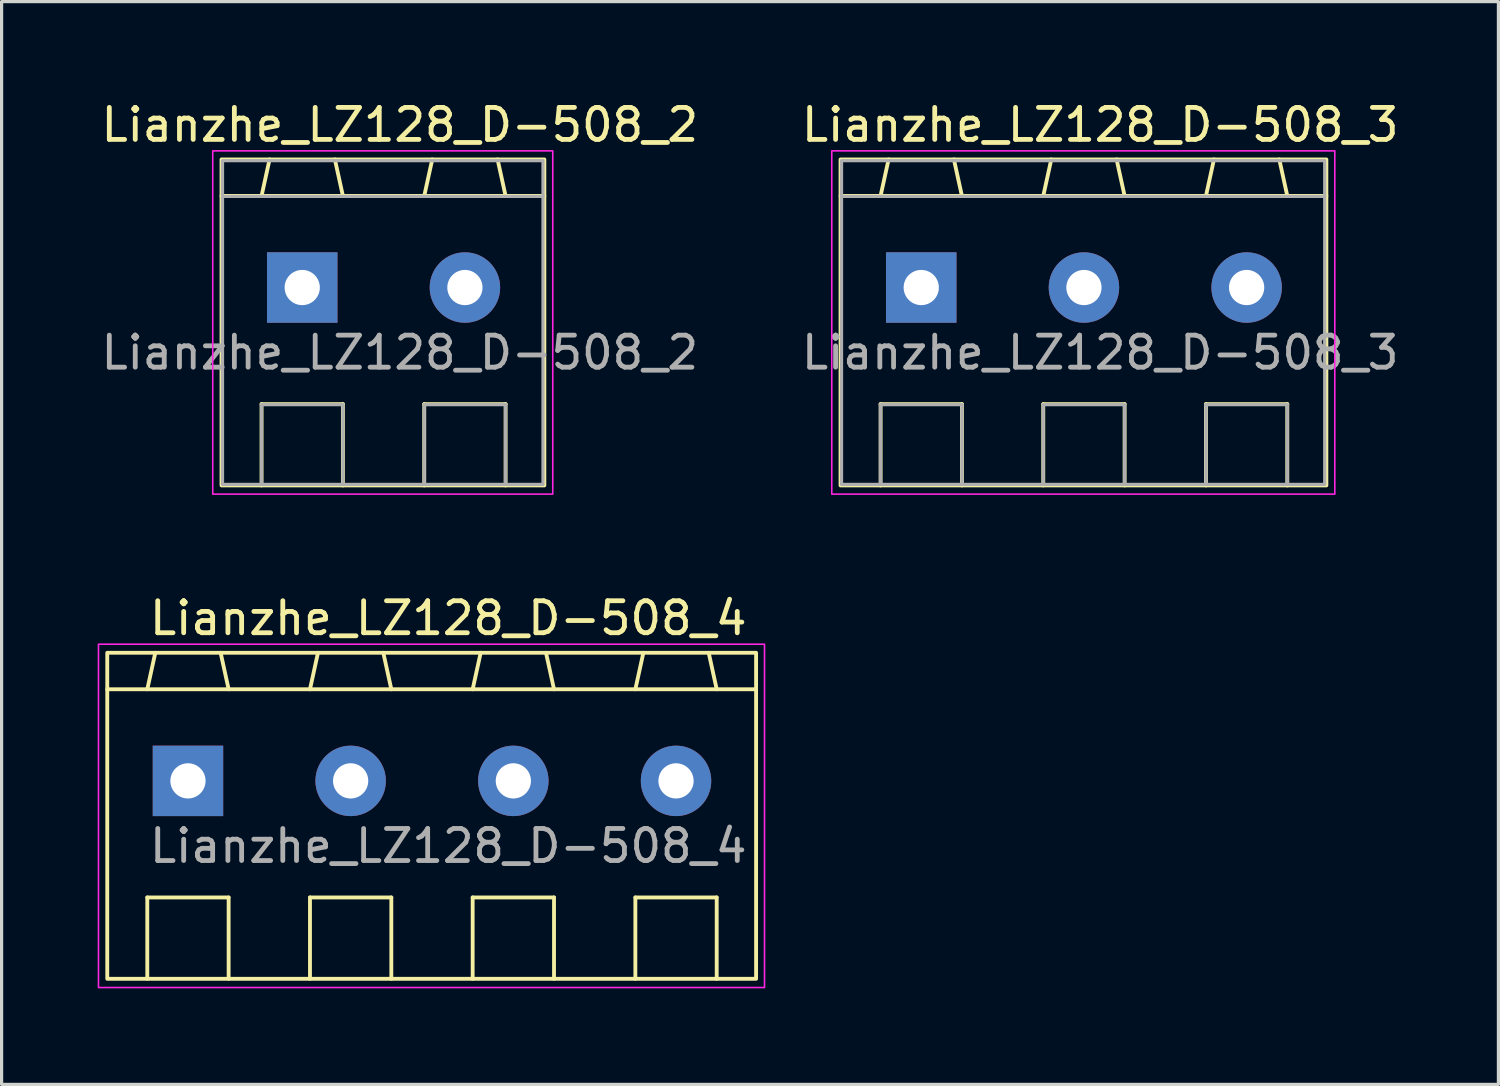
<source format=kicad_pcb>
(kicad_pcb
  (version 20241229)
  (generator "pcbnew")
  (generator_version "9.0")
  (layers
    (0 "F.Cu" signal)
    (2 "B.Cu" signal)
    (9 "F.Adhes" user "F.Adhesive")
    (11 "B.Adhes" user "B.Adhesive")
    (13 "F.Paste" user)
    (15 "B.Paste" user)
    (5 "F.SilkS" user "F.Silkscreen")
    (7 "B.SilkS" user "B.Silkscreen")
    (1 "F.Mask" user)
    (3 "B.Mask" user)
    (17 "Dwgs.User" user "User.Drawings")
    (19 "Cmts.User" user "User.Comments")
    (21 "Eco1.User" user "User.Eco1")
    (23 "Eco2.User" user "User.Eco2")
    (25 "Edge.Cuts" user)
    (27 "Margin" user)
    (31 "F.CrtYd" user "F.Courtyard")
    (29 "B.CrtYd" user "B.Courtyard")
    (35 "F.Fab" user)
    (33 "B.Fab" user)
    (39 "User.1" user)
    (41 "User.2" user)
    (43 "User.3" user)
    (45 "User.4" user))
  (footprint "Lianzhe_LZ128_D-508_2"
    (layer "F.Cu")
    (at 6.387 5.928)
    (property "Reference" "Lianzhe_LZ128_D-508_2" (at 3.048 -5.08 0) (unlocked yes) (layer "F.SilkS") (effects (font (size 1 1) (thickness 0.15))))
    (attr through_hole)
    (fp_line (start -2.52 -2.86) (end 7.56 -2.86) (stroke (width 0.12) (type solid)) (layer "F.SilkS"))
    (fp_line (start -1.27 3.64) (end 1.27 3.64) (stroke (width 0.12) (type solid)) (layer "F.SilkS"))
    (fp_line (start -1.27 6.18) (end -1.27 3.64) (stroke (width 0.12) (type solid)) (layer "F.SilkS"))
    (fp_line (start -1.02 -4) (end -1.27 -2.86) (stroke (width 0.12) (type solid)) (layer "F.SilkS"))
    (fp_line (start 1.02 -4) (end 1.27 -2.86) (stroke (width 0.12) (type solid)) (layer "F.SilkS"))
    (fp_line (start 1.27 3.64) (end 1.27 6.18) (stroke (width 0.12) (type solid)) (layer "F.SilkS"))
    (fp_line (start 3.81 3.64) (end 6.35 3.64) (stroke (width 0.12) (type solid)) (layer "F.SilkS"))
    (fp_line (start 3.81 6.18) (end 3.81 3.64) (stroke (width 0.12) (type solid)) (layer "F.SilkS"))
    (fp_line (start 4.06 -4) (end 3.81 -2.86) (stroke (width 0.12) (type solid)) (layer "F.SilkS"))
    (fp_line (start 6.1 -4) (end 6.35 -2.86) (stroke (width 0.12) (type solid)) (layer "F.SilkS"))
    (fp_line (start 6.35 3.64) (end 6.35 6.18) (stroke (width 0.12) (type solid)) (layer "F.SilkS"))
    (fp_rect (start -2.52 -4) (end 7.56 6.18) (stroke (width 0.12) (type solid)) (fill no) (layer "F.SilkS"))
    (fp_rect (start -2.794 -4.267) (end 7.823 6.452) (stroke (width 0.05) (type solid)) (fill no) (layer "F.CrtYd"))
    (fp_line (start -2.489 -2.845) (end 7.518 -2.845) (stroke (width 0.1) (type solid)) (layer "F.Fab"))
    (fp_line (start -1.27 3.658) (end 1.27 3.658) (stroke (width 0.1) (type solid)) (layer "F.Fab"))
    (fp_line (start -1.27 6.096) (end -1.27 3.658) (stroke (width 0.1) (type solid)) (layer "F.Fab"))
    (fp_line (start 1.27 3.658) (end 1.27 6.096) (stroke (width 0.1) (type solid)) (layer "F.Fab"))
    (fp_line (start 3.81 3.658) (end 6.35 3.658) (stroke (width 0.1) (type solid)) (layer "F.Fab"))
    (fp_line (start 3.81 6.096) (end 3.81 3.658) (stroke (width 0.1) (type solid)) (layer "F.Fab"))
    (fp_line (start 6.35 3.658) (end 6.35 6.096) (stroke (width 0.1) (type solid)) (layer "F.Fab"))
    (fp_rect (start -2.489 -3.962) (end 7.518 6.147) (stroke (width 0.1) (type solid)) (fill no) (layer "F.Fab"))
    (fp_text user "${REFERENCE}" (at 3.048 2.032 0) (unlocked yes) (layer "F.Fab") (effects (font (size 1 1) (thickness 0.15))))
    (pad "1" thru_hole rect (at 0 0) (size 2.2 2.2) (drill 1.1) (layers "*.Cu" "*.Mask"))
    (pad "2" thru_hole circle (at 5.08 0) (size 2.2 2.2) (drill 1.1) (layers "*.Cu" "*.Mask")))
  (footprint "Lianzhe_LZ128_D-508_3"
    (layer "F.Cu")
    (at 25.716 5.928)
    (property "Reference" "Lianzhe_LZ128_D-508_3" (at 5.588 -5.08 0) (unlocked yes) (layer "F.SilkS") (effects (font (size 1 1) (thickness 0.15))))
    (attr through_hole)
    (fp_line (start -2.52 -2.86) (end 12.65 -2.86) (stroke (width 0.12) (type solid)) (layer "F.SilkS"))
    (fp_line (start -1.27 3.64) (end 1.27 3.64) (stroke (width 0.12) (type solid)) (layer "F.SilkS"))
    (fp_line (start -1.27 6.18) (end -1.27 3.64) (stroke (width 0.12) (type solid)) (layer "F.SilkS"))
    (fp_line (start -1.02 -4) (end -1.27 -2.86) (stroke (width 0.12) (type solid)) (layer "F.SilkS"))
    (fp_line (start 1.02 -4) (end 1.27 -2.86) (stroke (width 0.12) (type solid)) (layer "F.SilkS"))
    (fp_line (start 1.27 3.64) (end 1.27 6.18) (stroke (width 0.12) (type solid)) (layer "F.SilkS"))
    (fp_line (start 3.81 3.64) (end 6.35 3.64) (stroke (width 0.12) (type solid)) (layer "F.SilkS"))
    (fp_line (start 3.81 6.18) (end 3.81 3.64) (stroke (width 0.12) (type solid)) (layer "F.SilkS"))
    (fp_line (start 4.06 -4) (end 3.81 -2.86) (stroke (width 0.12) (type solid)) (layer "F.SilkS"))
    (fp_line (start 6.1 -4) (end 6.35 -2.86) (stroke (width 0.12) (type solid)) (layer "F.SilkS"))
    (fp_line (start 6.35 3.64) (end 6.35 6.18) (stroke (width 0.12) (type solid)) (layer "F.SilkS"))
    (fp_line (start 8.89 3.64) (end 11.43 3.64) (stroke (width 0.12) (type solid)) (layer "F.SilkS"))
    (fp_line (start 8.89 6.18) (end 8.89 3.64) (stroke (width 0.12) (type solid)) (layer "F.SilkS"))
    (fp_line (start 9.14 -4) (end 8.89 -2.86) (stroke (width 0.12) (type solid)) (layer "F.SilkS"))
    (fp_line (start 11.18 -4) (end 11.43 -2.86) (stroke (width 0.12) (type solid)) (layer "F.SilkS"))
    (fp_line (start 11.43 3.64) (end 11.43 6.18) (stroke (width 0.12) (type solid)) (layer "F.SilkS"))
    (fp_rect (start -2.52 -4) (end 12.65 6.18) (stroke (width 0.12) (type solid)) (fill no) (layer "F.SilkS"))
    (fp_rect (start -2.794 -4.267) (end 12.913 6.452) (stroke (width 0.05) (type solid)) (fill no) (layer "F.CrtYd"))
    (fp_line (start -2.489 -2.845) (end 12.598 -2.845) (stroke (width 0.1) (type solid)) (layer "F.Fab"))
    (fp_line (start -1.27 3.658) (end 1.27 3.658) (stroke (width 0.1) (type solid)) (layer "F.Fab"))
    (fp_line (start -1.27 6.096) (end -1.27 3.658) (stroke (width 0.1) (type solid)) (layer "F.Fab"))
    (fp_line (start 1.27 3.658) (end 1.27 6.096) (stroke (width 0.1) (type solid)) (layer "F.Fab"))
    (fp_line (start 3.81 3.658) (end 6.35 3.658) (stroke (width 0.1) (type solid)) (layer "F.Fab"))
    (fp_line (start 3.81 6.096) (end 3.81 3.658) (stroke (width 0.1) (type solid)) (layer "F.Fab"))
    (fp_line (start 6.35 3.658) (end 6.35 6.096) (stroke (width 0.1) (type solid)) (layer "F.Fab"))
    (fp_line (start 8.89 3.658) (end 11.43 3.658) (stroke (width 0.1) (type solid)) (layer "F.Fab"))
    (fp_line (start 8.89 6.096) (end 8.89 3.658) (stroke (width 0.1) (type solid)) (layer "F.Fab"))
    (fp_line (start 11.43 3.658) (end 11.43 6.096) (stroke (width 0.1) (type solid)) (layer "F.Fab"))
    (fp_rect (start -2.489 -3.962) (end 12.598 6.147) (stroke (width 0.1) (type solid)) (fill no) (layer "F.Fab"))
    (fp_text user "${REFERENCE}" (at 5.588 2.032 0) (unlocked yes) (layer "F.Fab") (effects (font (size 1 1) (thickness 0.15))))
    (pad "1" thru_hole rect (at 0 0) (size 2.2 2.2) (drill 1.1) (layers "*.Cu" "*.Mask"))
    (pad "2" thru_hole circle (at 5.08 0) (size 2.2 2.2) (drill 1.1) (layers "*.Cu" "*.Mask"))
    (pad "3" thru_hole circle (at 10.16 0) (size 2.2 2.2) (drill 1.1) (layers "*.Cu" "*.Mask")))
  (footprint "Lianzhe_LZ128_D-508_4"
    (layer "F.Cu")
    (at 2.819 21.333)
    (property "Reference" "Lianzhe_LZ128_D-508_4" (at 8.128 -5.08 0) (unlocked yes) (layer "F.SilkS") (effects (font (size 1 1) (thickness 0.15))))
    (attr through_hole)
    (fp_line (start -2.52 -2.86) (end 17.74 -2.86) (stroke (width 0.12) (type solid)) (layer "F.SilkS"))
    (fp_line (start -1.27 3.64) (end 1.27 3.64) (stroke (width 0.12) (type solid)) (layer "F.SilkS"))
    (fp_line (start -1.27 6.18) (end -1.27 3.64) (stroke (width 0.12) (type solid)) (layer "F.SilkS"))
    (fp_line (start -1.02 -4) (end -1.27 -2.86) (stroke (width 0.12) (type solid)) (layer "F.SilkS"))
    (fp_line (start 1.02 -4) (end 1.27 -2.86) (stroke (width 0.12) (type solid)) (layer "F.SilkS"))
    (fp_line (start 1.27 3.64) (end 1.27 6.18) (stroke (width 0.12) (type solid)) (layer "F.SilkS"))
    (fp_line (start 3.81 3.64) (end 6.35 3.64) (stroke (width 0.12) (type solid)) (layer "F.SilkS"))
    (fp_line (start 3.81 6.18) (end 3.81 3.64) (stroke (width 0.12) (type solid)) (layer "F.SilkS"))
    (fp_line (start 4.06 -4) (end 3.81 -2.86) (stroke (width 0.12) (type solid)) (layer "F.SilkS"))
    (fp_line (start 6.1 -4) (end 6.35 -2.86) (stroke (width 0.12) (type solid)) (layer "F.SilkS"))
    (fp_line (start 6.35 3.64) (end 6.35 6.18) (stroke (width 0.12) (type solid)) (layer "F.SilkS"))
    (fp_line (start 8.89 3.64) (end 11.43 3.64) (stroke (width 0.12) (type solid)) (layer "F.SilkS"))
    (fp_line (start 8.89 6.18) (end 8.89 3.64) (stroke (width 0.12) (type solid)) (layer "F.SilkS"))
    (fp_line (start 9.14 -4) (end 8.89 -2.86) (stroke (width 0.12) (type solid)) (layer "F.SilkS"))
    (fp_line (start 11.18 -4) (end 11.43 -2.86) (stroke (width 0.12) (type solid)) (layer "F.SilkS"))
    (fp_line (start 11.43 3.64) (end 11.43 6.18) (stroke (width 0.12) (type solid)) (layer "F.SilkS"))
    (fp_line (start 13.97 3.64) (end 16.51 3.64) (stroke (width 0.12) (type solid)) (layer "F.SilkS"))
    (fp_line (start 13.97 6.18) (end 13.97 3.64) (stroke (width 0.12) (type solid)) (layer "F.SilkS"))
    (fp_line (start 14.22 -4) (end 13.97 -2.86) (stroke (width 0.12) (type solid)) (layer "F.SilkS"))
    (fp_line (start 16.26 -4) (end 16.51 -2.86) (stroke (width 0.12) (type solid)) (layer "F.SilkS"))
    (fp_line (start 16.51 3.64) (end 16.51 6.18) (stroke (width 0.12) (type solid)) (layer "F.SilkS"))
    (fp_rect (start -2.52 -4) (end 17.74 6.18) (stroke (width 0.12) (type solid)) (fill no) (layer "F.SilkS"))
    (fp_rect (start -2.794 -4.267) (end 18.003 6.452) (stroke (width 0.05) (type solid)) (fill no) (layer "F.CrtYd"))
    (fp_text user "${REFERENCE}" (at 8.128 2.032 0) (unlocked yes) (layer "F.Fab") (effects (font (size 1 1) (thickness 0.15))))
    (pad "1" thru_hole rect (at 0 0) (size 2.2 2.2) (drill 1.1) (layers "*.Cu" "*.Mask"))
    (pad "2" thru_hole circle (at 5.08 0) (size 2.2 2.2) (drill 1.1) (layers "*.Cu" "*.Mask"))
    (pad "3" thru_hole circle (at 10.16 0) (size 2.2 2.2) (drill 1.1) (layers "*.Cu" "*.Mask"))
    (pad "4" thru_hole circle (at 15.24 0) (size 2.2 2.2) (drill 1.1) (layers "*.Cu" "*.Mask")))
  (gr_rect
    (start -3 -3)
    (end 43.738 30.81)
    (stroke (width 0.1) (type default))
    (fill no)
    (layer "Edge.Cuts")))
</source>
